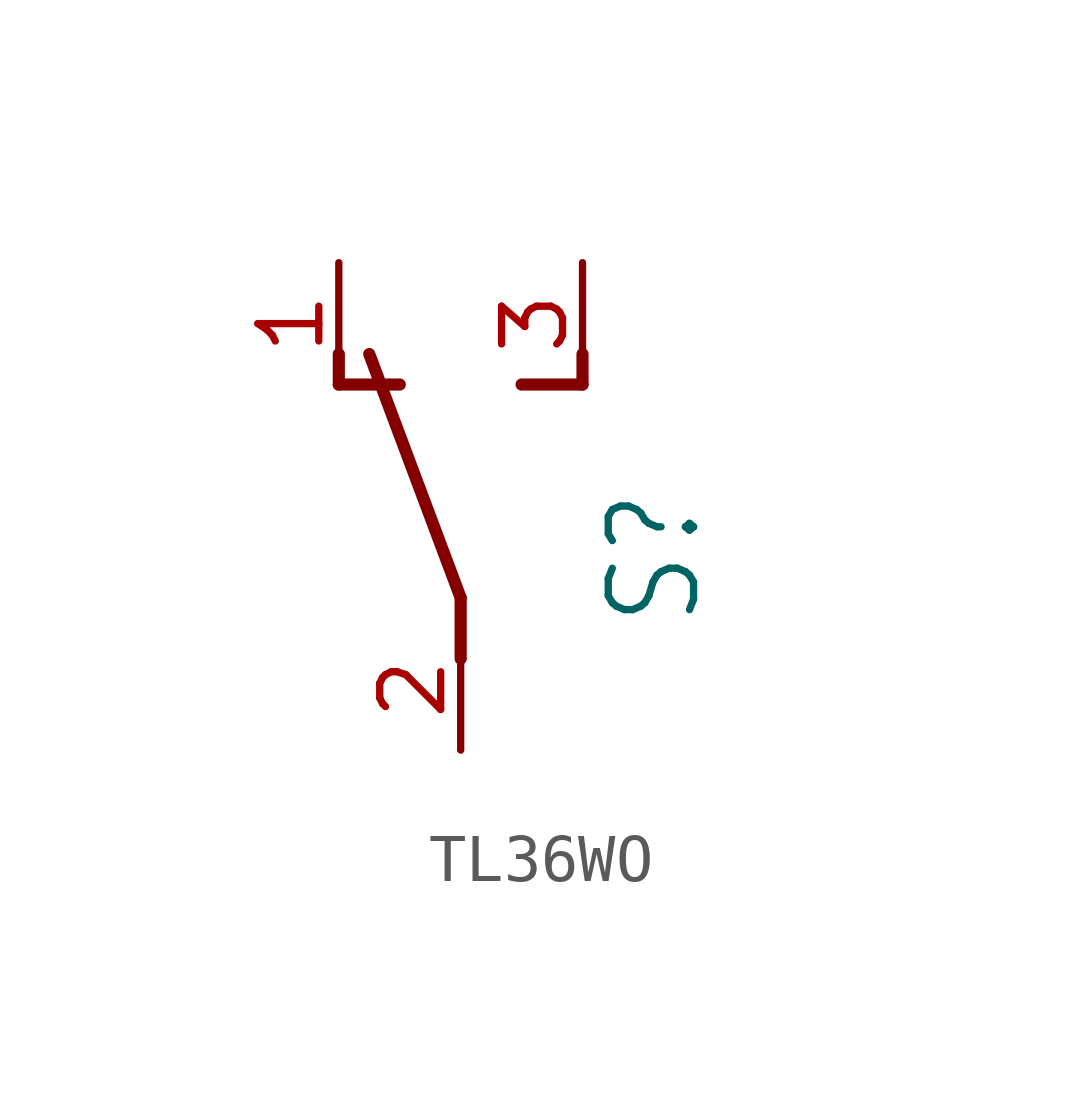
<source format=kicad_sym>
(kicad_symbol_lib
  (version 20231120)
  (generator "kicad_symbol_editor")
  (generator_version "8.0")
  (symbol "TL36WO"
    (property "Reference" "S"
      (at 5.08 -2.54 90)
      (effects (font (size 1.778 1.511)) (justify left bottom)))
    (property "Value" ""
      (at 7.62 -2.54 90)
      (effects (font (size 1.778 1.511)) (justify left bottom)))
    (property "ki_locked" ""
      (at 0 0 0)
      (effects (font (size 1.27 1.27))))
    (symbol "TL36WO_1_0"
      (polyline (pts (xy -2.54 2.54) (xy -2.54 3.175)) (stroke (width 0.254) (type solid)) (fill (type none)))
      (polyline (pts (xy -2.54 2.54) (xy -1.27 2.54)) (stroke (width 0.254) (type solid)) (fill (type none)))
      (polyline (pts (xy 0 -3.175) (xy 0 -1.905)) (stroke (width 0.254) (type solid)) (fill (type none)))
      (polyline (pts (xy 0 -1.905) (xy -1.905 3.175)) (stroke (width 0.254) (type solid)) (fill (type none)))
      (polyline (pts (xy 1.27 2.54) (xy 2.54 2.54)) (stroke (width 0.254) (type solid)) (fill (type none)))
      (polyline (pts (xy 2.54 2.54) (xy 2.54 3.175)) (stroke (width 0.254) (type solid)) (fill (type none)))
      (pin passive line (at -2.54 5.08 270) (length 2.54) (name "O" (effects (font (size 0 0)))) (number "1" (effects (font (size 1.27 1.27)))))
      (pin passive line (at 0 -5.08 90) (length 2.54) (name "P" (effects (font (size 0 0)))) (number "2" (effects (font (size 1.27 1.27)))))
      (pin passive line (at 2.54 5.08 270) (length 2.54) (name "S" (effects (font (size 0 0)))) (number "3" (effects (font (size 1.27 1.27))))))))
</source>
